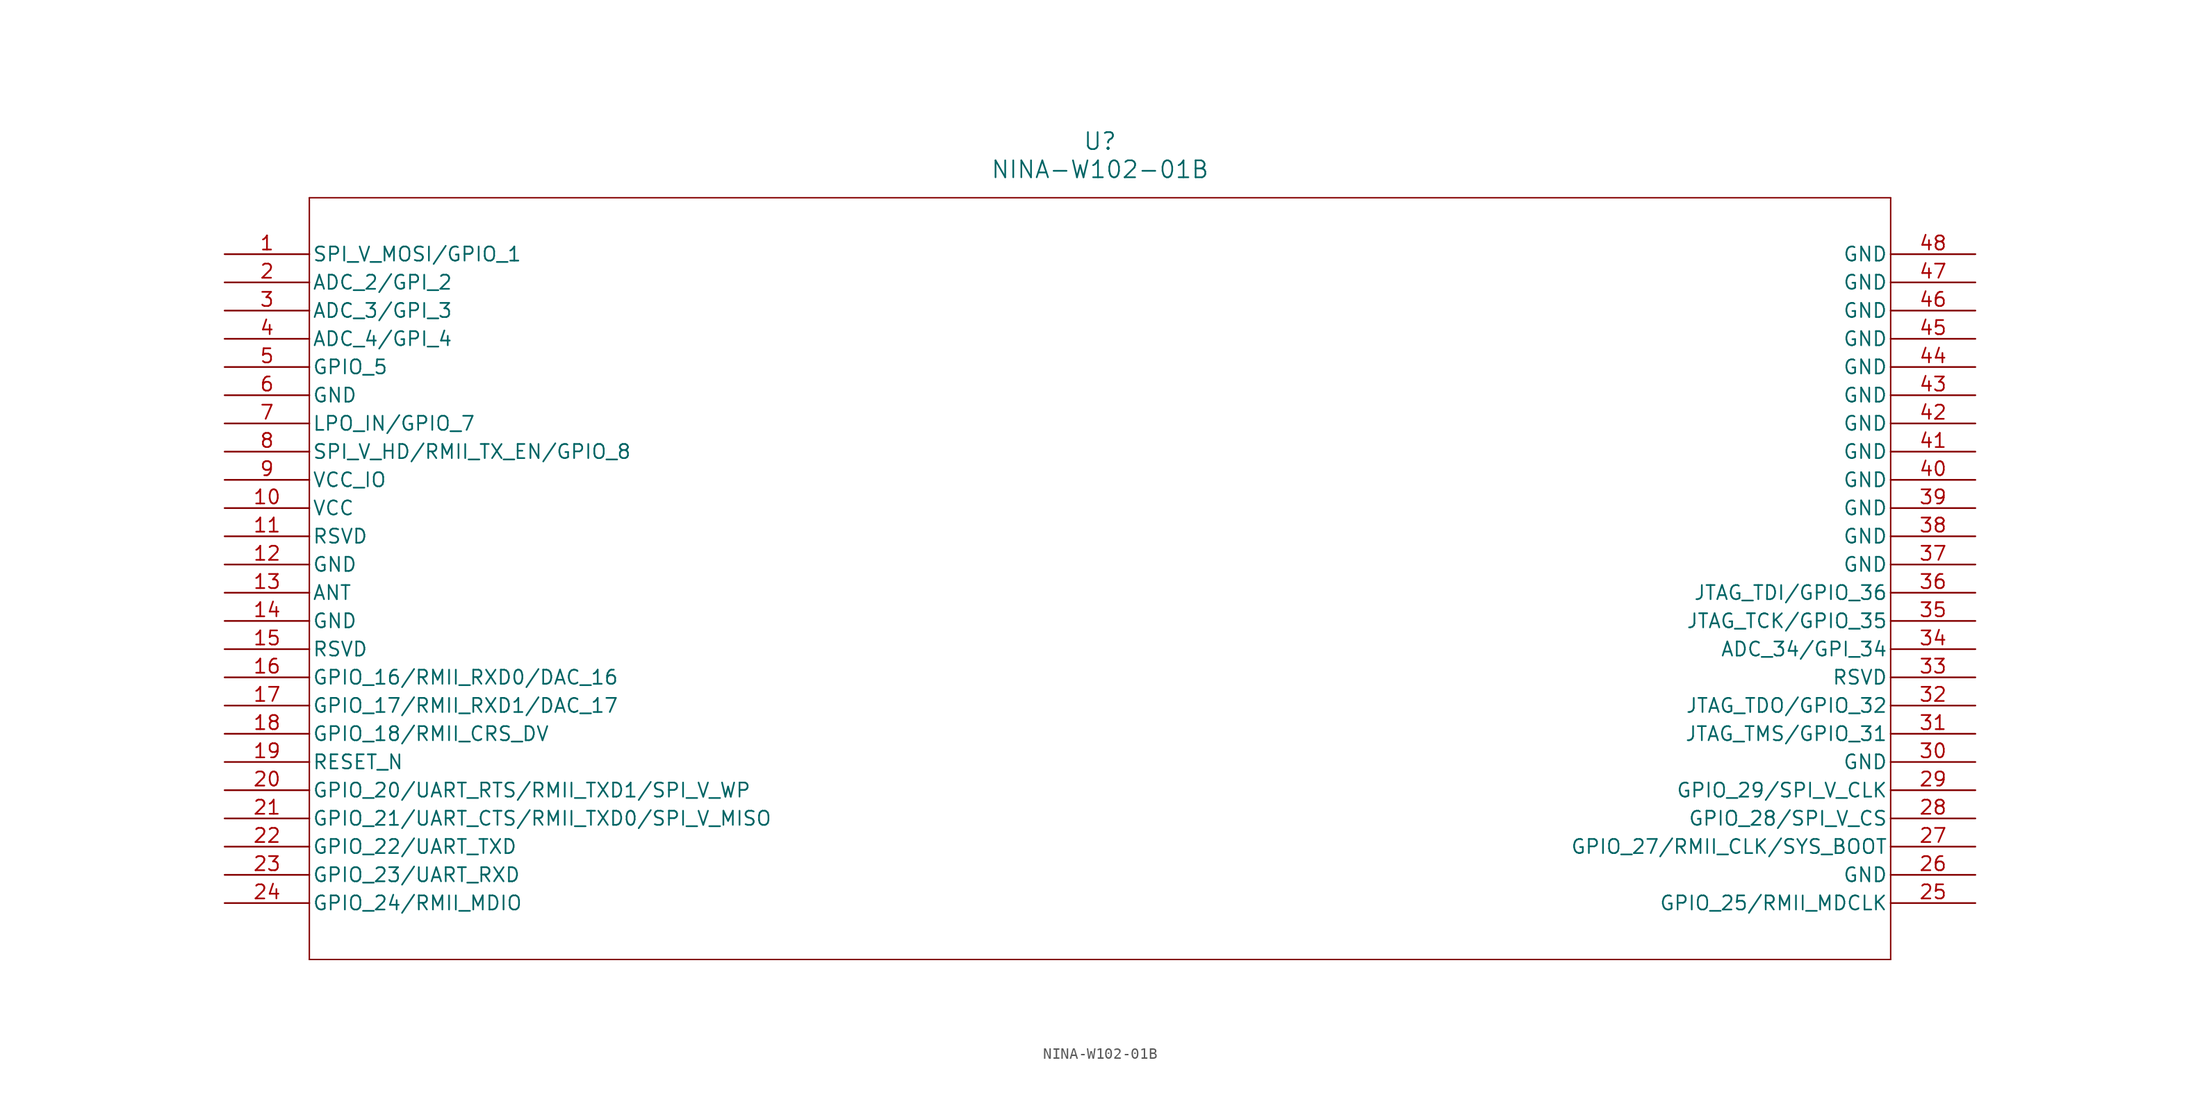
<source format=kicad_sym>
(kicad_symbol_lib
  (version 20211014)
  (generator kicad_symbol_editor)
  (symbol "NINA-W102-01B"
    (pin_names
      (offset 0.254))
    (property "Reference" "U"
      (at 78.74 10.16 0)
      (effects (font (size 1.524 1.524))))
    (property "Value" "NINA-W102-01B"
      (at 78.74 7.62 0)
      (effects (font (size 1.524 1.524))))
    (symbol "NINA-W102-01B_0_1"
      (polyline (pts (xy 7.62 5.08) (xy 7.62 -63.5)) (stroke (width 0.127) (type default) (color 0 0 0 0)) (fill (type none)))
      (polyline (pts (xy 7.62 -63.5) (xy 149.86 -63.5)) (stroke (width 0.127) (type default) (color 0 0 0 0)) (fill (type none)))
      (polyline (pts (xy 149.86 -63.5) (xy 149.86 5.08)) (stroke (width 0.127) (type default) (color 0 0 0 0)) (fill (type none)))
      (polyline (pts (xy 149.86 5.08) (xy 7.62 5.08)) (stroke (width 0.127) (type default) (color 0 0 0 0)) (fill (type none)))
      (pin unspecified line (at 0 0 0) (length 7.62) (name "SPI_V_MOSI/GPIO_1" (effects (font (size 1.27 1.27)))) (number "1" (effects (font (size 1.27 1.27)))))
      (pin unspecified line (at 0 -2.54 0) (length 7.62) (name "ADC_2/GPI_2" (effects (font (size 1.27 1.27)))) (number "2" (effects (font (size 1.27 1.27)))))
      (pin unspecified line (at 0 -5.08 0) (length 7.62) (name "ADC_3/GPI_3" (effects (font (size 1.27 1.27)))) (number "3" (effects (font (size 1.27 1.27)))))
      (pin unspecified line (at 0 -7.62 0) (length 7.62) (name "ADC_4/GPI_4" (effects (font (size 1.27 1.27)))) (number "4" (effects (font (size 1.27 1.27)))))
      (pin unspecified line (at 0 -10.16 0) (length 7.62) (name "GPIO_5" (effects (font (size 1.27 1.27)))) (number "5" (effects (font (size 1.27 1.27)))))
      (pin unspecified line (at 0 -12.7 0) (length 7.62) (name "GND" (effects (font (size 1.27 1.27)))) (number "6" (effects (font (size 1.27 1.27)))))
      (pin unspecified line (at 0 -15.24 0) (length 7.62) (name "LPO_IN/GPIO_7" (effects (font (size 1.27 1.27)))) (number "7" (effects (font (size 1.27 1.27)))))
      (pin unspecified line (at 0 -17.78 0) (length 7.62) (name "SPI_V_HD/RMII_TX_EN/GPIO_8" (effects (font (size 1.27 1.27)))) (number "8" (effects (font (size 1.27 1.27)))))
      (pin unspecified line (at 0 -20.32 0) (length 7.62) (name "VCC_IO" (effects (font (size 1.27 1.27)))) (number "9" (effects (font (size 1.27 1.27)))))
      (pin unspecified line (at 0 -22.86 0) (length 7.62) (name "VCC" (effects (font (size 1.27 1.27)))) (number "10" (effects (font (size 1.27 1.27)))))
      (pin unspecified line (at 0 -25.4 0) (length 7.62) (name "RSVD" (effects (font (size 1.27 1.27)))) (number "11" (effects (font (size 1.27 1.27)))))
      (pin unspecified line (at 0 -27.94 0) (length 7.62) (name "GND" (effects (font (size 1.27 1.27)))) (number "12" (effects (font (size 1.27 1.27)))))
      (pin unspecified line (at 0 -30.48 0) (length 7.62) (name "ANT" (effects (font (size 1.27 1.27)))) (number "13" (effects (font (size 1.27 1.27)))))
      (pin unspecified line (at 0 -33.02 0) (length 7.62) (name "GND" (effects (font (size 1.27 1.27)))) (number "14" (effects (font (size 1.27 1.27)))))
      (pin unspecified line (at 0 -35.56 0) (length 7.62) (name "RSVD" (effects (font (size 1.27 1.27)))) (number "15" (effects (font (size 1.27 1.27)))))
      (pin unspecified line (at 0 -38.1 0) (length 7.62) (name "GPIO_16/RMII_RXD0/DAC_16" (effects (font (size 1.27 1.27)))) (number "16" (effects (font (size 1.27 1.27)))))
      (pin unspecified line (at 0 -40.64 0) (length 7.62) (name "GPIO_17/RMII_RXD1/DAC_17" (effects (font (size 1.27 1.27)))) (number "17" (effects (font (size 1.27 1.27)))))
      (pin unspecified line (at 0 -43.18 0) (length 7.62) (name "GPIO_18/RMII_CRS_DV" (effects (font (size 1.27 1.27)))) (number "18" (effects (font (size 1.27 1.27)))))
      (pin unspecified line (at 0 -45.72 0) (length 7.62) (name "RESET_N" (effects (font (size 1.27 1.27)))) (number "19" (effects (font (size 1.27 1.27)))))
      (pin unspecified line (at 0 -48.26 0) (length 7.62) (name "GPIO_20/UART_RTS/RMII_TXD1/SPI_V_WP" (effects (font (size 1.27 1.27)))) (number "20" (effects (font (size 1.27 1.27)))))
      (pin unspecified line (at 0 -50.8 0) (length 7.62) (name "GPIO_21/UART_CTS/RMII_TXD0/SPI_V_MISO" (effects (font (size 1.27 1.27)))) (number "21" (effects (font (size 1.27 1.27)))))
      (pin unspecified line (at 0 -53.34 0) (length 7.62) (name "GPIO_22/UART_TXD" (effects (font (size 1.27 1.27)))) (number "22" (effects (font (size 1.27 1.27)))))
      (pin unspecified line (at 0 -55.88 0) (length 7.62) (name "GPIO_23/UART_RXD" (effects (font (size 1.27 1.27)))) (number "23" (effects (font (size 1.27 1.27)))))
      (pin unspecified line (at 0 -58.42 0) (length 7.62) (name "GPIO_24/RMII_MDIO" (effects (font (size 1.27 1.27)))) (number "24" (effects (font (size 1.27 1.27)))))
      (pin unspecified line (at 157.48 -58.42 180) (length 7.62) (name "GPIO_25/RMII_MDCLK" (effects (font (size 1.27 1.27)))) (number "25" (effects (font (size 1.27 1.27)))))
      (pin unspecified line (at 157.48 -55.88 180) (length 7.62) (name "GND" (effects (font (size 1.27 1.27)))) (number "26" (effects (font (size 1.27 1.27)))))
      (pin unspecified line (at 157.48 -53.34 180) (length 7.62) (name "GPIO_27/RMII_CLK/SYS_BOOT" (effects (font (size 1.27 1.27)))) (number "27" (effects (font (size 1.27 1.27)))))
      (pin unspecified line (at 157.48 -50.8 180) (length 7.62) (name "GPIO_28/SPI_V_CS" (effects (font (size 1.27 1.27)))) (number "28" (effects (font (size 1.27 1.27)))))
      (pin unspecified line (at 157.48 -48.26 180) (length 7.62) (name "GPIO_29/SPI_V_CLK" (effects (font (size 1.27 1.27)))) (number "29" (effects (font (size 1.27 1.27)))))
      (pin unspecified line (at 157.48 -45.72 180) (length 7.62) (name "GND" (effects (font (size 1.27 1.27)))) (number "30" (effects (font (size 1.27 1.27)))))
      (pin unspecified line (at 157.48 -43.18 180) (length 7.62) (name "JTAG_TMS/GPIO_31" (effects (font (size 1.27 1.27)))) (number "31" (effects (font (size 1.27 1.27)))))
      (pin unspecified line (at 157.48 -40.64 180) (length 7.62) (name "JTAG_TDO/GPIO_32" (effects (font (size 1.27 1.27)))) (number "32" (effects (font (size 1.27 1.27)))))
      (pin unspecified line (at 157.48 -38.1 180) (length 7.62) (name "RSVD" (effects (font (size 1.27 1.27)))) (number "33" (effects (font (size 1.27 1.27)))))
      (pin unspecified line (at 157.48 -35.56 180) (length 7.62) (name "ADC_34/GPI_34" (effects (font (size 1.27 1.27)))) (number "34" (effects (font (size 1.27 1.27)))))
      (pin unspecified line (at 157.48 -33.02 180) (length 7.62) (name "JTAG_TCK/GPIO_35" (effects (font (size 1.27 1.27)))) (number "35" (effects (font (size 1.27 1.27)))))
      (pin unspecified line (at 157.48 -30.48 180) (length 7.62) (name "JTAG_TDI/GPIO_36" (effects (font (size 1.27 1.27)))) (number "36" (effects (font (size 1.27 1.27)))))
      (pin unspecified line (at 157.48 -27.94 180) (length 7.62) (name "GND" (effects (font (size 1.27 1.27)))) (number "37" (effects (font (size 1.27 1.27)))))
      (pin unspecified line (at 157.48 -25.4 180) (length 7.62) (name "GND" (effects (font (size 1.27 1.27)))) (number "38" (effects (font (size 1.27 1.27)))))
      (pin unspecified line (at 157.48 -22.86 180) (length 7.62) (name "GND" (effects (font (size 1.27 1.27)))) (number "39" (effects (font (size 1.27 1.27)))))
      (pin unspecified line (at 157.48 -20.32 180) (length 7.62) (name "GND" (effects (font (size 1.27 1.27)))) (number "40" (effects (font (size 1.27 1.27)))))
      (pin unspecified line (at 157.48 -17.78 180) (length 7.62) (name "GND" (effects (font (size 1.27 1.27)))) (number "41" (effects (font (size 1.27 1.27)))))
      (pin unspecified line (at 157.48 -15.24 180) (length 7.62) (name "GND" (effects (font (size 1.27 1.27)))) (number "42" (effects (font (size 1.27 1.27)))))
      (pin unspecified line (at 157.48 -12.7 180) (length 7.62) (name "GND" (effects (font (size 1.27 1.27)))) (number "43" (effects (font (size 1.27 1.27)))))
      (pin unspecified line (at 157.48 -10.16 180) (length 7.62) (name "GND" (effects (font (size 1.27 1.27)))) (number "44" (effects (font (size 1.27 1.27)))))
      (pin unspecified line (at 157.48 -7.62 180) (length 7.62) (name "GND" (effects (font (size 1.27 1.27)))) (number "45" (effects (font (size 1.27 1.27)))))
      (pin unspecified line (at 157.48 -5.08 180) (length 7.62) (name "GND" (effects (font (size 1.27 1.27)))) (number "46" (effects (font (size 1.27 1.27)))))
      (pin unspecified line (at 157.48 -2.54 180) (length 7.62) (name "GND" (effects (font (size 1.27 1.27)))) (number "47" (effects (font (size 1.27 1.27)))))
      (pin unspecified line (at 157.48 0 180) (length 7.62) (name "GND" (effects (font (size 1.27 1.27)))) (number "48" (effects (font (size 1.27 1.27))))))))
</source>
